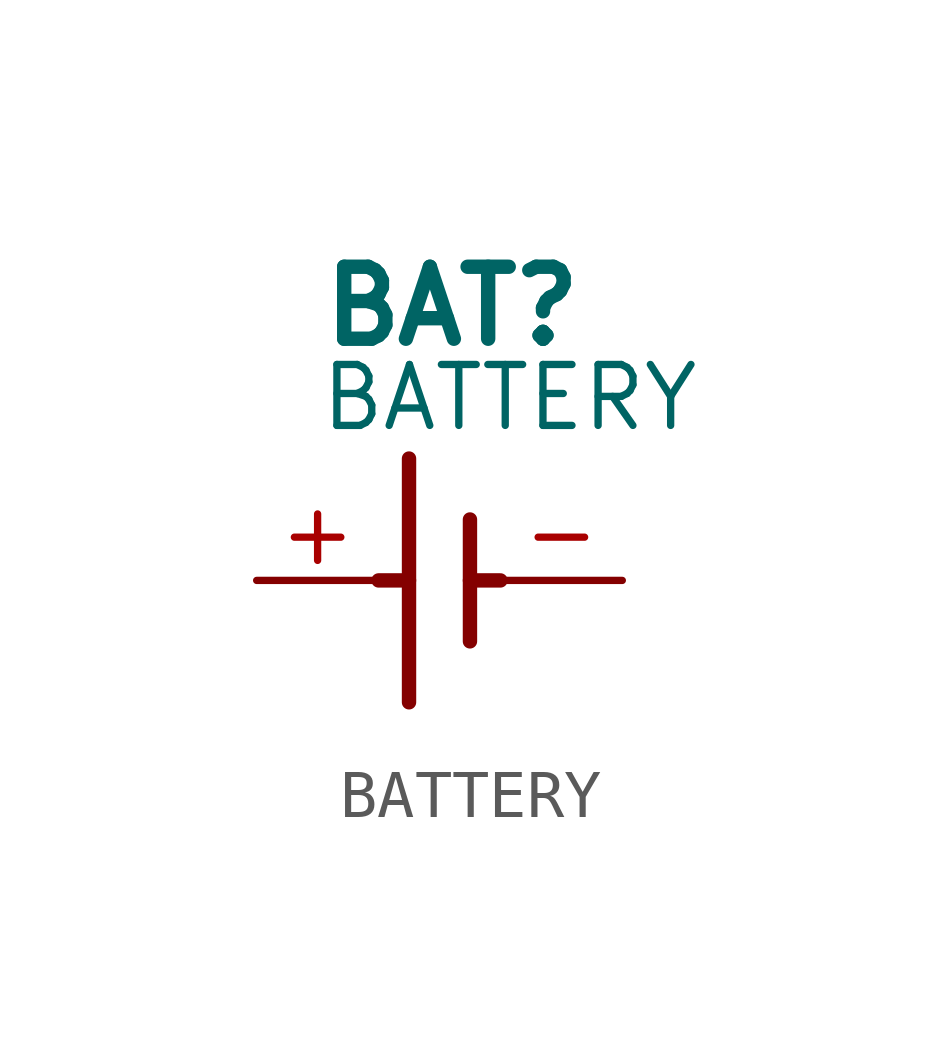
<source format=kicad_sym>
(kicad_symbol_lib
  (version 20231120)
  (generator "kicad_symbol_editor")
  (generator_version "8.0")
  (symbol "BATTERY"
    (pin_names hide)
    (property "Reference" "BAT"
      (at 0 -0.635 0)
      (effects (font (size 1.5 1.5) (bold yes)) (justify left)))
    (property "Value" "BATTERY"
      (at 0 -2.54 0)
      (effects (font (size 1.27 1.27)) (justify left)))
    (symbol "BATTERY_1_1"
      (polyline (pts (xy 1.27 -6.35) (xy 1.905 -6.35)) (stroke (width 0.3) (type default)) (fill (type none)))
      (polyline (pts (xy 1.905 -3.81) (xy 1.905 -8.89)) (stroke (width 0.3) (type default)) (fill (type none)))
      (polyline (pts (xy 3.175 -5.08) (xy 3.175 -7.62)) (stroke (width 0.3) (type default)) (fill (type none)))
      (polyline (pts (xy 3.81 -6.35) (xy 3.175 -6.35)) (stroke (width 0.3) (type default)) (fill (type none)))
      (pin power_out line (at -1.27 -6.35 0) (length 2.54) (name "+" (effects (font (size 1.27 1.27)))) (number "+" (effects (font (size 1.27 1.27)))))
      (pin power_out line (at 6.35 -6.35 180) (length 2.54) (name "-" (effects (font (size 1.27 1.27)))) (number "-" (effects (font (size 1.27 1.27))))))))
</source>
